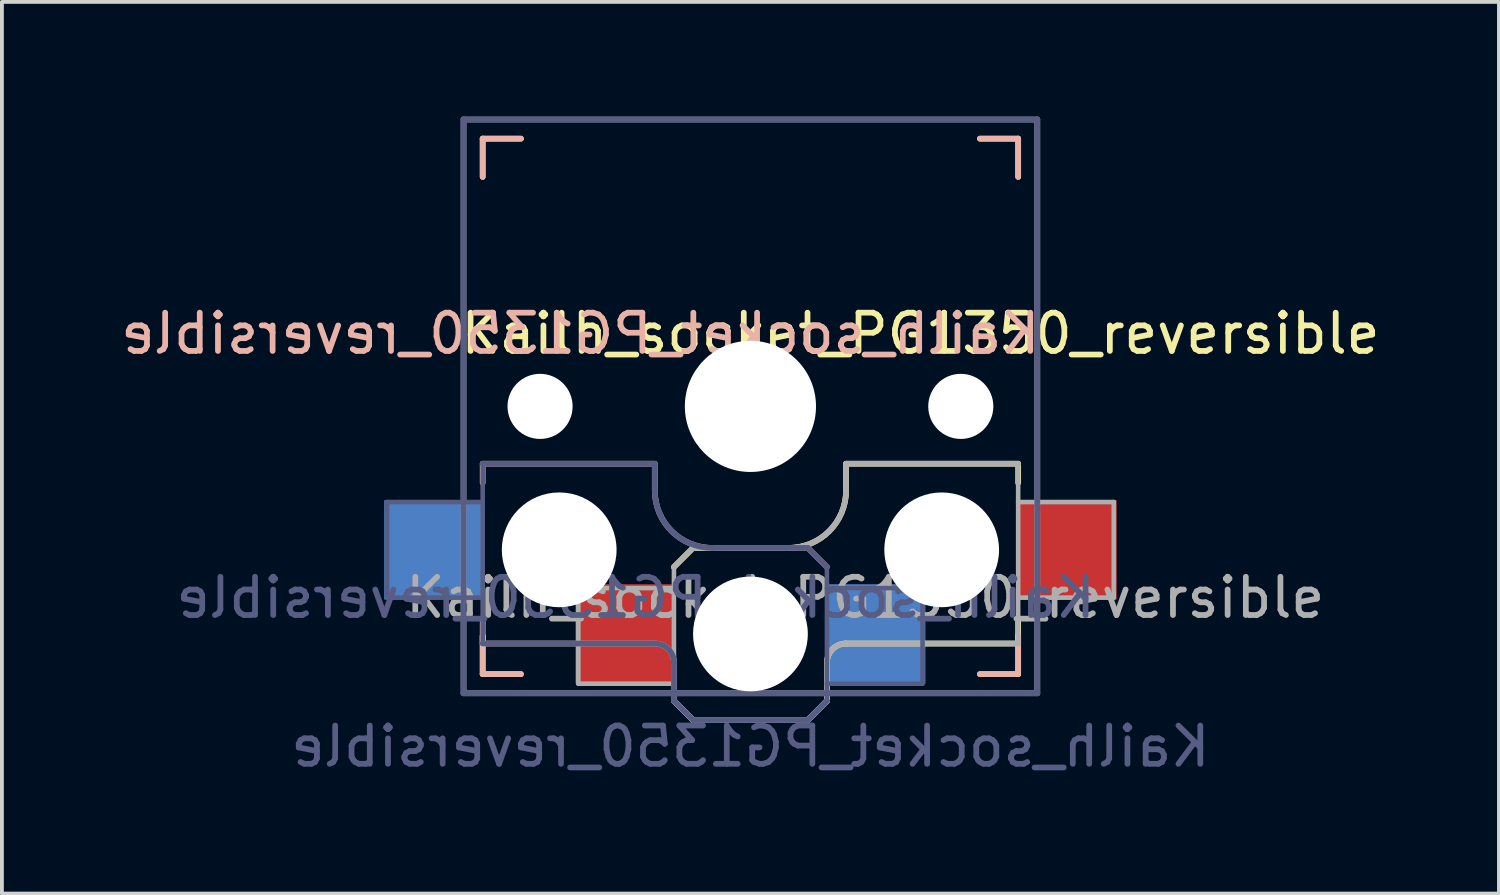
<source format=kicad_pcb>
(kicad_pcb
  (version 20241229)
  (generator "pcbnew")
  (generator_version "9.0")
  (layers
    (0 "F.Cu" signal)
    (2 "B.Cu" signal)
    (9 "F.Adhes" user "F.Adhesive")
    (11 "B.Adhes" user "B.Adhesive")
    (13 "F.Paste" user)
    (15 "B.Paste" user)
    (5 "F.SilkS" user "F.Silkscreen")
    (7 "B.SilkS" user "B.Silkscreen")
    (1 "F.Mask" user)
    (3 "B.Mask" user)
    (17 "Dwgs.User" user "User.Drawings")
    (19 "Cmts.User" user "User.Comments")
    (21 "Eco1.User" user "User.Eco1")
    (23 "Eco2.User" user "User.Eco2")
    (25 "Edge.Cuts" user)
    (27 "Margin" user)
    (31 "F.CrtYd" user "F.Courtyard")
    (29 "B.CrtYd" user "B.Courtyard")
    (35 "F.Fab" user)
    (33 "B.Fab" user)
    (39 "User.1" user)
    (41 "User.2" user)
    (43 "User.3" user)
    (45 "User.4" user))
  (footprint "Kailh_socket_PG1350_reversible"
    (layer "F.Cu")
    (at 16.57 7.575)
    (property "Reference" "Kailh_socket_PG1350_reversible" (at 4.445 -1.905 0) (layer "F.SilkS") (effects (font (size 1 1) (thickness 0.15))))
    (property "Value" "Kailh_socket_PG1350_reversible" (at 0 8.89 0) (layer "F.Fab") (hide yes) (effects (font (size 1 1) (thickness 0.15))))
    (attr smd)
    (fp_line (start -7 -7) (end -6 -7) (stroke (width 0.15) (type solid)) (layer "F.SilkS"))
    (fp_line (start -7 -6) (end -7 -7) (stroke (width 0.15) (type solid)) (layer "F.SilkS"))
    (fp_line (start -7 7) (end -7 6) (stroke (width 0.15) (type solid)) (layer "F.SilkS"))
    (fp_line (start -6 7) (end -7 7) (stroke (width 0.15) (type solid)) (layer "F.SilkS"))
    (fp_line (start -2 4.2) (end -1.5 3.7) (stroke (width 0.15) (type solid)) (layer "F.SilkS"))
    (fp_line (start -2 7.7) (end -1.5 8.2) (stroke (width 0.15) (type solid)) (layer "F.SilkS"))
    (fp_line (start -1.5 3.7) (end 1 3.7) (stroke (width 0.15) (type solid)) (layer "F.SilkS"))
    (fp_line (start -1.5 8.2) (end 1.5 8.2) (stroke (width 0.15) (type solid)) (layer "F.SilkS"))
    (fp_line (start 1.5 8.2) (end 2 7.7) (stroke (width 0.15) (type solid)) (layer "F.SilkS"))
    (fp_line (start 2 6.7) (end 2 7.7) (stroke (width 0.15) (type solid)) (layer "F.SilkS"))
    (fp_line (start 2.5 1.5) (end 7 1.5) (stroke (width 0.15) (type solid)) (layer "F.SilkS"))
    (fp_line (start 2.5 2.2) (end 2.5 1.5) (stroke (width 0.15) (type solid)) (layer "F.SilkS"))
    (fp_line (start 6 -7) (end 7 -7) (stroke (width 0.15) (type solid)) (layer "F.SilkS"))
    (fp_line (start 7 -7) (end 7 -6) (stroke (width 0.15) (type solid)) (layer "F.SilkS"))
    (fp_line (start 7 1.5) (end 7 2) (stroke (width 0.15) (type solid)) (layer "F.SilkS"))
    (fp_line (start 7 5.6) (end 7 6.2) (stroke (width 0.15) (type solid)) (layer "F.SilkS"))
    (fp_line (start 7 6) (end 7 7) (stroke (width 0.15) (type solid)) (layer "F.SilkS"))
    (fp_line (start 7 6.2) (end 2.5 6.2) (stroke (width 0.15) (type solid)) (layer "F.SilkS"))
    (fp_line (start 7 7) (end 6 7) (stroke (width 0.15) (type solid)) (layer "F.SilkS"))
    (fp_arc (start 2 6.7) (mid 2.146447 6.346447) (end 2.5 6.2) (stroke (width 0.15) (type solid)) (layer "F.SilkS"))
    (fp_arc (start 2.5 2.2) (mid 2.06066 3.26066) (end 1 3.7) (stroke (width 0.15) (type solid)) (layer "F.SilkS"))
    (fp_line (start -7 -7) (end -6 -7) (stroke (width 0.15) (type solid)) (layer "B.SilkS"))
    (fp_line (start -7 -6) (end -7 -7) (stroke (width 0.15) (type solid)) (layer "B.SilkS"))
    (fp_line (start -7 1.5) (end -7 2) (stroke (width 0.15) (type solid)) (layer "B.SilkS"))
    (fp_line (start -7 5.6) (end -7 6.2) (stroke (width 0.15) (type solid)) (layer "B.SilkS"))
    (fp_line (start -7 6.2) (end -2.5 6.2) (stroke (width 0.15) (type solid)) (layer "B.SilkS"))
    (fp_line (start -7 7) (end -7 6) (stroke (width 0.15) (type solid)) (layer "B.SilkS"))
    (fp_line (start -6 7) (end -7 7) (stroke (width 0.15) (type solid)) (layer "B.SilkS"))
    (fp_line (start -2.5 1.5) (end -7 1.5) (stroke (width 0.15) (type solid)) (layer "B.SilkS"))
    (fp_line (start -2.5 2.2) (end -2.5 1.5) (stroke (width 0.15) (type solid)) (layer "B.SilkS"))
    (fp_line (start -2 6.7) (end -2 7.7) (stroke (width 0.15) (type solid)) (layer "B.SilkS"))
    (fp_line (start -1.5 8.2) (end -2 7.7) (stroke (width 0.15) (type solid)) (layer "B.SilkS"))
    (fp_line (start 1.5 3.7) (end -1 3.7) (stroke (width 0.15) (type solid)) (layer "B.SilkS"))
    (fp_line (start 1.5 8.2) (end -1.5 8.2) (stroke (width 0.15) (type solid)) (layer "B.SilkS"))
    (fp_line (start 2 4.2) (end 1.5 3.7) (stroke (width 0.15) (type solid)) (layer "B.SilkS"))
    (fp_line (start 2 7.7) (end 1.5 8.2) (stroke (width 0.15) (type solid)) (layer "B.SilkS"))
    (fp_line (start 6 -7) (end 7 -7) (stroke (width 0.15) (type solid)) (layer "B.SilkS"))
    (fp_line (start 7 -7) (end 7 -6) (stroke (width 0.15) (type solid)) (layer "B.SilkS"))
    (fp_line (start 7 6) (end 7 7) (stroke (width 0.15) (type solid)) (layer "B.SilkS"))
    (fp_line (start 7 7) (end 6 7) (stroke (width 0.15) (type solid)) (layer "B.SilkS"))
    (fp_arc (start -2.5 6.2) (mid -2.146447 6.346447) (end -2 6.7) (stroke (width 0.15) (type solid)) (layer "B.SilkS"))
    (fp_arc (start -1 3.7) (mid -2.06066 3.26066) (end -2.5 2.2) (stroke (width 0.15) (type solid)) (layer "B.SilkS"))
    (fp_line (start -6.9 6.9) (end -6.9 -6.9) (stroke (width 0.15) (type solid)) (layer "Eco2.User"))
    (fp_line (start -6.9 6.9) (end 6.9 6.9) (stroke (width 0.15) (type solid)) (layer "Eco2.User"))
    (fp_line (start -2.6 -3.1) (end -2.6 -6.3) (stroke (width 0.15) (type solid)) (layer "Eco2.User"))
    (fp_line (start -2.6 -3.1) (end 2.6 -3.1) (stroke (width 0.15) (type solid)) (layer "Eco2.User"))
    (fp_line (start 2.6 -6.3) (end -2.6 -6.3) (stroke (width 0.15) (type solid)) (layer "Eco2.User"))
    (fp_line (start 2.6 -3.1) (end 2.6 -6.3) (stroke (width 0.15) (type solid)) (layer "Eco2.User"))
    (fp_line (start 6.9 -6.9) (end -6.9 -6.9) (stroke (width 0.15) (type solid)) (layer "Eco2.User"))
    (fp_line (start 6.9 -6.9) (end 6.9 6.9) (stroke (width 0.15) (type solid)) (layer "Eco2.User"))
    (fp_line (start -9.5 2.5) (end -7 2.5) (stroke (width 0.12) (type solid)) (layer "B.Fab"))
    (fp_line (start -9.5 5) (end -9.5 2.5) (stroke (width 0.12) (type solid)) (layer "B.Fab"))
    (fp_line (start -7.5 -7.5) (end 7.5 -7.5) (stroke (width 0.15) (type solid)) (layer "B.Fab"))
    (fp_line (start -7.5 7.5) (end -7.5 -7.5) (stroke (width 0.15) (type solid)) (layer "B.Fab"))
    (fp_line (start -7 1.5) (end -7 6.2) (stroke (width 0.12) (type solid)) (layer "B.Fab"))
    (fp_line (start -7 5) (end -9.5 5) (stroke (width 0.12) (type solid)) (layer "B.Fab"))
    (fp_line (start -7 6.2) (end -2.5 6.2) (stroke (width 0.15) (type solid)) (layer "B.Fab"))
    (fp_line (start -2.5 1.5) (end -7 1.5) (stroke (width 0.15) (type solid)) (layer "B.Fab"))
    (fp_line (start -2.5 2.2) (end -2.5 1.5) (stroke (width 0.15) (type solid)) (layer "B.Fab"))
    (fp_line (start -2 6.7) (end -2 7.7) (stroke (width 0.15) (type solid)) (layer "B.Fab"))
    (fp_line (start -1.5 8.2) (end -2 7.7) (stroke (width 0.15) (type solid)) (layer "B.Fab"))
    (fp_line (start 1.5 3.7) (end -1 3.7) (stroke (width 0.15) (type solid)) (layer "B.Fab"))
    (fp_line (start 1.5 8.2) (end -1.5 8.2) (stroke (width 0.15) (type solid)) (layer "B.Fab"))
    (fp_line (start 2 4.2) (end 1.5 3.7) (stroke (width 0.15) (type solid)) (layer "B.Fab"))
    (fp_line (start 2 4.25) (end 2 7.7) (stroke (width 0.12) (type solid)) (layer "B.Fab"))
    (fp_line (start 2 4.75) (end 4.5 4.75) (stroke (width 0.12) (type solid)) (layer "B.Fab"))
    (fp_line (start 2 7.7) (end 1.5 8.2) (stroke (width 0.15) (type solid)) (layer "B.Fab"))
    (fp_line (start 4.5 4.75) (end 4.5 7.25) (stroke (width 0.12) (type solid)) (layer "B.Fab"))
    (fp_line (start 4.5 7.25) (end 2 7.25) (stroke (width 0.12) (type solid)) (layer "B.Fab"))
    (fp_line (start 7.5 -7.5) (end 7.5 7.5) (stroke (width 0.15) (type solid)) (layer "B.Fab"))
    (fp_line (start 7.5 7.5) (end -7.5 7.5) (stroke (width 0.15) (type solid)) (layer "B.Fab"))
    (fp_arc (start -2.5 6.2) (mid -2.146447 6.346447) (end -2 6.7) (stroke (width 0.15) (type solid)) (layer "B.Fab"))
    (fp_arc (start -1 3.7) (mid -2.06066 3.26066) (end -2.5 2.2) (stroke (width 0.15) (type solid)) (layer "B.Fab"))
    (fp_line (start -7.5 -7.5) (end 7.5 -7.5) (stroke (width 0.15) (type solid)) (layer "F.Fab"))
    (fp_line (start -7.5 7.5) (end -7.5 -7.5) (stroke (width 0.15) (type solid)) (layer "F.Fab"))
    (fp_line (start -4.5 4.75) (end -4.5 7.25) (stroke (width 0.12) (type solid)) (layer "F.Fab"))
    (fp_line (start -4.5 7.25) (end -2 7.25) (stroke (width 0.12) (type solid)) (layer "F.Fab"))
    (fp_line (start -2 4.2) (end -1.5 3.7) (stroke (width 0.15) (type solid)) (layer "F.Fab"))
    (fp_line (start -2 4.25) (end -2 7.7) (stroke (width 0.12) (type solid)) (layer "F.Fab"))
    (fp_line (start -2 4.75) (end -4.5 4.75) (stroke (width 0.12) (type solid)) (layer "F.Fab"))
    (fp_line (start -2 7.7) (end -1.5 8.2) (stroke (width 0.15) (type solid)) (layer "F.Fab"))
    (fp_line (start -1.5 3.7) (end 1 3.7) (stroke (width 0.15) (type solid)) (layer "F.Fab"))
    (fp_line (start -1.5 8.2) (end 1.5 8.2) (stroke (width 0.15) (type solid)) (layer "F.Fab"))
    (fp_line (start 1.5 8.2) (end 2 7.7) (stroke (width 0.15) (type solid)) (layer "F.Fab"))
    (fp_line (start 2 6.7) (end 2 7.7) (stroke (width 0.15) (type solid)) (layer "F.Fab"))
    (fp_line (start 2.5 1.5) (end 7 1.5) (stroke (width 0.15) (type solid)) (layer "F.Fab"))
    (fp_line (start 2.5 2.2) (end 2.5 1.5) (stroke (width 0.15) (type solid)) (layer "F.Fab"))
    (fp_line (start 7 1.5) (end 7 6.2) (stroke (width 0.12) (type solid)) (layer "F.Fab"))
    (fp_line (start 7 5) (end 9.5 5) (stroke (width 0.12) (type solid)) (layer "F.Fab"))
    (fp_line (start 7 6.2) (end 2.5 6.2) (stroke (width 0.15) (type solid)) (layer "F.Fab"))
    (fp_line (start 7.5 -7.5) (end 7.5 7.5) (stroke (width 0.15) (type solid)) (layer "F.Fab"))
    (fp_line (start 7.5 7.5) (end -7.5 7.5) (stroke (width 0.15) (type solid)) (layer "F.Fab"))
    (fp_line (start 9.5 2.5) (end 7 2.5) (stroke (width 0.12) (type solid)) (layer "F.Fab"))
    (fp_line (start 9.5 5) (end 9.5 2.5) (stroke (width 0.12) (type solid)) (layer "F.Fab"))
    (fp_arc (start 2 6.7) (mid 2.146447 6.346447) (end 2.5 6.2) (stroke (width 0.15) (type solid)) (layer "F.Fab"))
    (fp_arc (start 2.5 2.2) (mid 2.06066 3.26066) (end 1 3.7) (stroke (width 0.15) (type solid)) (layer "F.Fab"))
    (fp_text user "${REFERENCE}" (at -4.445 -1.905 0) (layer "B.SilkS") (effects (font (size 1 1) (thickness 0.15)) (justify mirror)))
    (fp_text user "${VALUE}" (at 0 8.89 0) (layer "B.Fab") (effects (font (size 1 1) (thickness 0.15)) (justify mirror)))
    (fp_text user "${REFERENCE}" (at -3 5 0) (layer "B.Fab") (effects (font (size 1 1) (thickness 0.15)) (justify mirror)))
    (fp_text user "${REFERENCE}" (at 3 5 180) (layer "F.Fab") (effects (font (size 1 1) (thickness 0.15))))
    (pad "" np_thru_hole circle (at -5.5 0) (size 1.702 1.702) (drill 1.702) (layers "*.Cu" "*.Mask"))
    (pad "" np_thru_hole circle (at -5 3.75) (size 3 3) (drill 3) (layers "*.Cu" "*.Mask"))
    (pad "" np_thru_hole circle (at 0 0) (size 3.429 3.429) (drill 3.429) (layers "*.Cu" "*.Mask"))
    (pad "" np_thru_hole circle (at 0 5.95) (size 3 3) (drill 3) (layers "*.Cu" "*.Mask"))
    (pad "" np_thru_hole circle (at 5 3.75) (size 3 3) (drill 3) (layers "*.Cu" "*.Mask"))
    (pad "" np_thru_hole circle (at 5.5 0) (size 1.702 1.702) (drill 1.702) (layers "*.Cu" "*.Mask"))
    (pad "1" smd rect (at -3.275 5.95) (size 2.6 2.6) (layers "F.Cu" "F.Mask" "F.Paste"))
    (pad "1" smd rect (at 3.275 5.95) (size 2.6 2.6) (layers "B.Cu" "B.Mask" "B.Paste"))
    (pad "2" smd rect (at -8.275 3.75) (size 2.6 2.6) (layers "B.Cu" "B.Mask" "B.Paste"))
    (pad "2" smd rect (at 8.275 3.75) (size 2.6 2.6) (layers "F.Cu" "F.Mask" "F.Paste")))
  (gr_rect
    (start -3 -3)
    (end 36.14 20.313)
    (stroke (width 0.1) (type default))
    (fill no)
    (layer "Edge.Cuts")))
</source>
